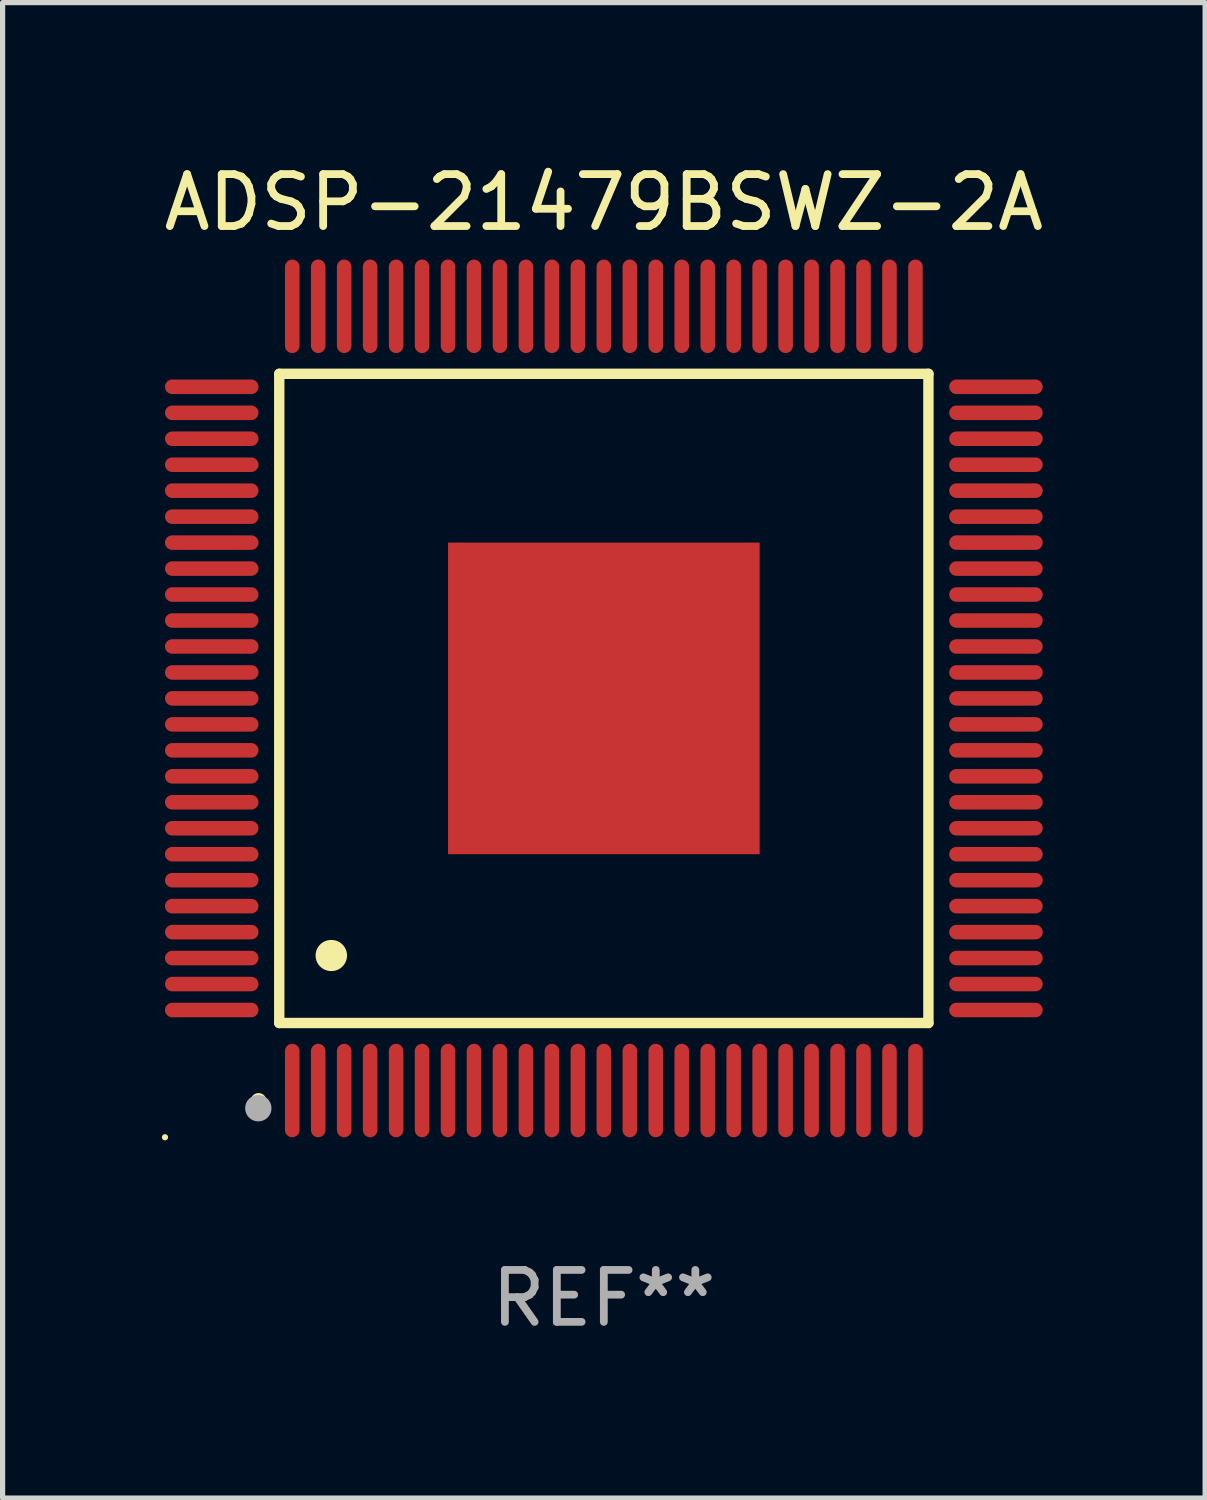
<source format=kicad_pcb>
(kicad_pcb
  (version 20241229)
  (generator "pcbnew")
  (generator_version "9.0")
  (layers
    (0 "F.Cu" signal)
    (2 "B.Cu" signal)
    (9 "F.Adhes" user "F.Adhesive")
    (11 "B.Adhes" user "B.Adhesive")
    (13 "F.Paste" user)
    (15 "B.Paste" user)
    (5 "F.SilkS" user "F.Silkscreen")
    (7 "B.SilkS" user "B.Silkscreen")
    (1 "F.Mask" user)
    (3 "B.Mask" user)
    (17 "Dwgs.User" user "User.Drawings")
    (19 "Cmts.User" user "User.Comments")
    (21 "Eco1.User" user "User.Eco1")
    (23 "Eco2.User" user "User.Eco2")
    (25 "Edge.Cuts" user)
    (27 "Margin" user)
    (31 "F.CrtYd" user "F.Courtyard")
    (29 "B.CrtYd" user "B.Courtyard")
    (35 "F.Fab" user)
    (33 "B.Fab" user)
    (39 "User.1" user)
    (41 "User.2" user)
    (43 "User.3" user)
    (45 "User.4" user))
  (footprint "ADSP-21479BSWZ-2A"
    (layer "F.Cu")
    (at 8.577 10.398)
    (property "Reference" "ADSP-21479BSWZ-2A" (at 0 -9.55 0) (layer "F.SilkS") (effects (font (size 1 1) (thickness 0.15))))
    (attr through_hole)
    (fp_line (start -6.25 -6.25) (end -6.25 6.25) (stroke (width 0.2) (type solid)) (layer "F.SilkS"))
    (fp_line (start -6.25 6.25) (end 6.25 6.25) (stroke (width 0.2) (type solid)) (layer "F.SilkS"))
    (fp_line (start 6.25 -6.25) (end -6.25 -6.25) (stroke (width 0.2) (type solid)) (layer "F.SilkS"))
    (fp_line (start 6.25 6.25) (end 6.25 -6.25) (stroke (width 0.2) (type solid)) (layer "F.SilkS"))
    (fp_arc (start -6.649733 7.749555) (mid -6.648463 7.74955) (end -6.647193 7.749555) (stroke (width 0.3) (type solid)) (layer "F.SilkS"))
    (fp_arc (start -5.250191 4.95047) (mid -5.247651 4.950459) (end -5.245111 4.95047) (stroke (width 0.6) (type solid)) (layer "F.SilkS"))
    (fp_circle (center -8.45 8.45) (end -8.42 8.45) (stroke (width 0.06) (type solid)) (fill no) (layer "F.SilkS"))
    (fp_circle (center -6.653 7.891) (end -6.526 7.891) (stroke (width 0.254) (type solid)) (fill no) (layer "F.Fab"))
    (fp_text user "REF**" (at 0 11.55 0) (layer "F.Fab") (effects (font (size 1 1) (thickness 0.15))))
    (pad "1" smd oval (at -6 7.55 180) (size 0.28 1.8) (layers "F.Cu" "F.Mask" "F.Paste"))
    (pad "2" smd oval (at -5.5 7.55 180) (size 0.28 1.8) (layers "F.Cu" "F.Mask" "F.Paste"))
    (pad "3" smd oval (at -5 7.55 180) (size 0.28 1.8) (layers "F.Cu" "F.Mask" "F.Paste"))
    (pad "4" smd oval (at -4.5 7.55 180) (size 0.28 1.8) (layers "F.Cu" "F.Mask" "F.Paste"))
    (pad "5" smd oval (at -4 7.55 180) (size 0.28 1.8) (layers "F.Cu" "F.Mask" "F.Paste"))
    (pad "6" smd oval (at -3.5 7.55 180) (size 0.28 1.8) (layers "F.Cu" "F.Mask" "F.Paste"))
    (pad "7" smd oval (at -3 7.55 180) (size 0.28 1.8) (layers "F.Cu" "F.Mask" "F.Paste"))
    (pad "8" smd oval (at -2.5 7.55 180) (size 0.28 1.8) (layers "F.Cu" "F.Mask" "F.Paste"))
    (pad "9" smd oval (at -2 7.55 180) (size 0.28 1.8) (layers "F.Cu" "F.Mask" "F.Paste"))
    (pad "10" smd oval (at -1.5 7.55 180) (size 0.28 1.8) (layers "F.Cu" "F.Mask" "F.Paste"))
    (pad "11" smd oval (at -1 7.55 180) (size 0.28 1.8) (layers "F.Cu" "F.Mask" "F.Paste"))
    (pad "12" smd oval (at -0.5 7.55 180) (size 0.28 1.8) (layers "F.Cu" "F.Mask" "F.Paste"))
    (pad "13" smd oval (at 0 7.55 180) (size 0.28 1.8) (layers "F.Cu" "F.Mask" "F.Paste"))
    (pad "14" smd oval (at 0.5 7.55 180) (size 0.28 1.8) (layers "F.Cu" "F.Mask" "F.Paste"))
    (pad "15" smd oval (at 1 7.55 180) (size 0.28 1.8) (layers "F.Cu" "F.Mask" "F.Paste"))
    (pad "16" smd oval (at 1.5 7.55 180) (size 0.28 1.8) (layers "F.Cu" "F.Mask" "F.Paste"))
    (pad "17" smd oval (at 2 7.55 180) (size 0.28 1.8) (layers "F.Cu" "F.Mask" "F.Paste"))
    (pad "18" smd oval (at 2.5 7.55 180) (size 0.28 1.8) (layers "F.Cu" "F.Mask" "F.Paste"))
    (pad "19" smd oval (at 3 7.55 180) (size 0.28 1.8) (layers "F.Cu" "F.Mask" "F.Paste"))
    (pad "20" smd oval (at 3.5 7.55 180) (size 0.28 1.8) (layers "F.Cu" "F.Mask" "F.Paste"))
    (pad "21" smd oval (at 4 7.55 180) (size 0.28 1.8) (layers "F.Cu" "F.Mask" "F.Paste"))
    (pad "22" smd oval (at 4.5 7.55 180) (size 0.28 1.8) (layers "F.Cu" "F.Mask" "F.Paste"))
    (pad "23" smd oval (at 5 7.55 180) (size 0.28 1.8) (layers "F.Cu" "F.Mask" "F.Paste"))
    (pad "24" smd oval (at 5.5 7.55 180) (size 0.28 1.8) (layers "F.Cu" "F.Mask" "F.Paste"))
    (pad "25" smd oval (at 6 7.55 180) (size 0.28 1.8) (layers "F.Cu" "F.Mask" "F.Paste"))
    (pad "26" smd oval (at 7.55 6 90) (size 0.28 1.8) (layers "F.Cu" "F.Mask" "F.Paste"))
    (pad "27" smd oval (at 7.55 5.5 90) (size 0.28 1.8) (layers "F.Cu" "F.Mask" "F.Paste"))
    (pad "28" smd oval (at 7.55 5 90) (size 0.28 1.8) (layers "F.Cu" "F.Mask" "F.Paste"))
    (pad "29" smd oval (at 7.55 4.5 90) (size 0.28 1.8) (layers "F.Cu" "F.Mask" "F.Paste"))
    (pad "30" smd oval (at 7.55 4 90) (size 0.28 1.8) (layers "F.Cu" "F.Mask" "F.Paste"))
    (pad "31" smd oval (at 7.55 3.5 90) (size 0.28 1.8) (layers "F.Cu" "F.Mask" "F.Paste"))
    (pad "32" smd oval (at 7.55 3 90) (size 0.28 1.8) (layers "F.Cu" "F.Mask" "F.Paste"))
    (pad "33" smd oval (at 7.55 2.5 90) (size 0.28 1.8) (layers "F.Cu" "F.Mask" "F.Paste"))
    (pad "34" smd oval (at 7.55 2 90) (size 0.28 1.8) (layers "F.Cu" "F.Mask" "F.Paste"))
    (pad "35" smd oval (at 7.55 1.5 90) (size 0.28 1.8) (layers "F.Cu" "F.Mask" "F.Paste"))
    (pad "36" smd oval (at 7.55 1 90) (size 0.28 1.8) (layers "F.Cu" "F.Mask" "F.Paste"))
    (pad "37" smd oval (at 7.55 0.5 90) (size 0.28 1.8) (layers "F.Cu" "F.Mask" "F.Paste"))
    (pad "38" smd oval (at 7.55 0 90) (size 0.28 1.8) (layers "F.Cu" "F.Mask" "F.Paste"))
    (pad "39" smd oval (at 7.55 -0.5 90) (size 0.28 1.8) (layers "F.Cu" "F.Mask" "F.Paste"))
    (pad "40" smd oval (at 7.55 -1 90) (size 0.28 1.8) (layers "F.Cu" "F.Mask" "F.Paste"))
    (pad "41" smd oval (at 7.55 -1.5 90) (size 0.28 1.8) (layers "F.Cu" "F.Mask" "F.Paste"))
    (pad "42" smd oval (at 7.55 -2 90) (size 0.28 1.8) (layers "F.Cu" "F.Mask" "F.Paste"))
    (pad "43" smd oval (at 7.55 -2.5 90) (size 0.28 1.8) (layers "F.Cu" "F.Mask" "F.Paste"))
    (pad "44" smd oval (at 7.55 -3 90) (size 0.28 1.8) (layers "F.Cu" "F.Mask" "F.Paste"))
    (pad "45" smd oval (at 7.55 -3.5 90) (size 0.28 1.8) (layers "F.Cu" "F.Mask" "F.Paste"))
    (pad "46" smd oval (at 7.55 -4 90) (size 0.28 1.8) (layers "F.Cu" "F.Mask" "F.Paste"))
    (pad "47" smd oval (at 7.55 -4.5 90) (size 0.28 1.8) (layers "F.Cu" "F.Mask" "F.Paste"))
    (pad "48" smd oval (at 7.55 -5 90) (size 0.28 1.8) (layers "F.Cu" "F.Mask" "F.Paste"))
    (pad "49" smd oval (at 7.55 -5.5 90) (size 0.28 1.8) (layers "F.Cu" "F.Mask" "F.Paste"))
    (pad "50" smd oval (at 7.55 -6 90) (size 0.28 1.8) (layers "F.Cu" "F.Mask" "F.Paste"))
    (pad "51" smd oval (at 6 -7.55 180) (size 0.28 1.8) (layers "F.Cu" "F.Mask" "F.Paste"))
    (pad "52" smd oval (at 5.5 -7.55 180) (size 0.28 1.8) (layers "F.Cu" "F.Mask" "F.Paste"))
    (pad "53" smd oval (at 5 -7.55 180) (size 0.28 1.8) (layers "F.Cu" "F.Mask" "F.Paste"))
    (pad "54" smd oval (at 4.5 -7.55 180) (size 0.28 1.8) (layers "F.Cu" "F.Mask" "F.Paste"))
    (pad "55" smd oval (at 4 -7.55 180) (size 0.28 1.8) (layers "F.Cu" "F.Mask" "F.Paste"))
    (pad "56" smd oval (at 3.5 -7.55 180) (size 0.28 1.8) (layers "F.Cu" "F.Mask" "F.Paste"))
    (pad "57" smd oval (at 3 -7.55 180) (size 0.28 1.8) (layers "F.Cu" "F.Mask" "F.Paste"))
    (pad "58" smd oval (at 2.5 -7.55 180) (size 0.28 1.8) (layers "F.Cu" "F.Mask" "F.Paste"))
    (pad "59" smd oval (at 2 -7.55 180) (size 0.28 1.8) (layers "F.Cu" "F.Mask" "F.Paste"))
    (pad "60" smd oval (at 1.5 -7.55 180) (size 0.28 1.8) (layers "F.Cu" "F.Mask" "F.Paste"))
    (pad "61" smd oval (at 1 -7.55 180) (size 0.28 1.8) (layers "F.Cu" "F.Mask" "F.Paste"))
    (pad "62" smd oval (at 0.5 -7.55 180) (size 0.28 1.8) (layers "F.Cu" "F.Mask" "F.Paste"))
    (pad "63" smd oval (at 0 -7.55 180) (size 0.28 1.8) (layers "F.Cu" "F.Mask" "F.Paste"))
    (pad "64" smd oval (at -0.5 -7.55 180) (size 0.28 1.8) (layers "F.Cu" "F.Mask" "F.Paste"))
    (pad "65" smd oval (at -1 -7.55 180) (size 0.28 1.8) (layers "F.Cu" "F.Mask" "F.Paste"))
    (pad "66" smd oval (at -1.5 -7.55 180) (size 0.28 1.8) (layers "F.Cu" "F.Mask" "F.Paste"))
    (pad "67" smd oval (at -2 -7.55 180) (size 0.28 1.8) (layers "F.Cu" "F.Mask" "F.Paste"))
    (pad "68" smd oval (at -2.5 -7.55 180) (size 0.28 1.8) (layers "F.Cu" "F.Mask" "F.Paste"))
    (pad "69" smd oval (at -3 -7.55 180) (size 0.28 1.8) (layers "F.Cu" "F.Mask" "F.Paste"))
    (pad "70" smd oval (at -3.5 -7.55 180) (size 0.28 1.8) (layers "F.Cu" "F.Mask" "F.Paste"))
    (pad "71" smd oval (at -4 -7.55 180) (size 0.28 1.8) (layers "F.Cu" "F.Mask" "F.Paste"))
    (pad "72" smd oval (at -4.5 -7.55 180) (size 0.28 1.8) (layers "F.Cu" "F.Mask" "F.Paste"))
    (pad "73" smd oval (at -5 -7.55 180) (size 0.28 1.8) (layers "F.Cu" "F.Mask" "F.Paste"))
    (pad "74" smd oval (at -5.5 -7.55 180) (size 0.28 1.8) (layers "F.Cu" "F.Mask" "F.Paste"))
    (pad "75" smd oval (at -6 -7.55 180) (size 0.28 1.8) (layers "F.Cu" "F.Mask" "F.Paste"))
    (pad "76" smd oval (at -7.55 -6 90) (size 0.28 1.8) (layers "F.Cu" "F.Mask" "F.Paste"))
    (pad "77" smd oval (at -7.55 -5.5 90) (size 0.28 1.8) (layers "F.Cu" "F.Mask" "F.Paste"))
    (pad "78" smd oval (at -7.55 -5 90) (size 0.28 1.8) (layers "F.Cu" "F.Mask" "F.Paste"))
    (pad "79" smd oval (at -7.55 -4.5 90) (size 0.28 1.8) (layers "F.Cu" "F.Mask" "F.Paste"))
    (pad "80" smd oval (at -7.55 -4 90) (size 0.28 1.8) (layers "F.Cu" "F.Mask" "F.Paste"))
    (pad "81" smd oval (at -7.55 -3.5 90) (size 0.28 1.8) (layers "F.Cu" "F.Mask" "F.Paste"))
    (pad "82" smd oval (at -7.55 -3 90) (size 0.28 1.8) (layers "F.Cu" "F.Mask" "F.Paste"))
    (pad "83" smd oval (at -7.55 -2.5 90) (size 0.28 1.8) (layers "F.Cu" "F.Mask" "F.Paste"))
    (pad "84" smd oval (at -7.55 -2 90) (size 0.28 1.8) (layers "F.Cu" "F.Mask" "F.Paste"))
    (pad "85" smd oval (at -7.55 -1.5 90) (size 0.28 1.8) (layers "F.Cu" "F.Mask" "F.Paste"))
    (pad "86" smd oval (at -7.55 -1 90) (size 0.28 1.8) (layers "F.Cu" "F.Mask" "F.Paste"))
    (pad "87" smd oval (at -7.55 -0.5 90) (size 0.28 1.8) (layers "F.Cu" "F.Mask" "F.Paste"))
    (pad "88" smd oval (at -7.55 0 90) (size 0.28 1.8) (layers "F.Cu" "F.Mask" "F.Paste"))
    (pad "89" smd oval (at -7.55 0.5 90) (size 0.28 1.8) (layers "F.Cu" "F.Mask" "F.Paste"))
    (pad "90" smd oval (at -7.55 1 90) (size 0.28 1.8) (layers "F.Cu" "F.Mask" "F.Paste"))
    (pad "91" smd oval (at -7.55 1.5 90) (size 0.28 1.8) (layers "F.Cu" "F.Mask" "F.Paste"))
    (pad "92" smd oval (at -7.55 2 90) (size 0.28 1.8) (layers "F.Cu" "F.Mask" "F.Paste"))
    (pad "93" smd oval (at -7.55 2.5 90) (size 0.28 1.8) (layers "F.Cu" "F.Mask" "F.Paste"))
    (pad "94" smd oval (at -7.55 3 90) (size 0.28 1.8) (layers "F.Cu" "F.Mask" "F.Paste"))
    (pad "95" smd oval (at -7.55 3.5 90) (size 0.28 1.8) (layers "F.Cu" "F.Mask" "F.Paste"))
    (pad "96" smd oval (at -7.55 4 90) (size 0.28 1.8) (layers "F.Cu" "F.Mask" "F.Paste"))
    (pad "97" smd oval (at -7.55 4.5 90) (size 0.28 1.8) (layers "F.Cu" "F.Mask" "F.Paste"))
    (pad "98" smd oval (at -7.55 5 90) (size 0.28 1.8) (layers "F.Cu" "F.Mask" "F.Paste"))
    (pad "99" smd oval (at -7.55 5.5 90) (size 0.28 1.8) (layers "F.Cu" "F.Mask" "F.Paste"))
    (pad "100" smd oval (at -7.55 6 90) (size 0.28 1.8) (layers "F.Cu" "F.Mask" "F.Paste"))
    (pad "101" smd rect (at 0 0) (size 6 6) (layers "F.Cu" "F.Mask" "F.Paste")))
  (gr_rect
    (start -3 -3)
    (end 20.155 25.796)
    (stroke (width 0.1) (type default))
    (fill no)
    (layer "Edge.Cuts")))
</source>
